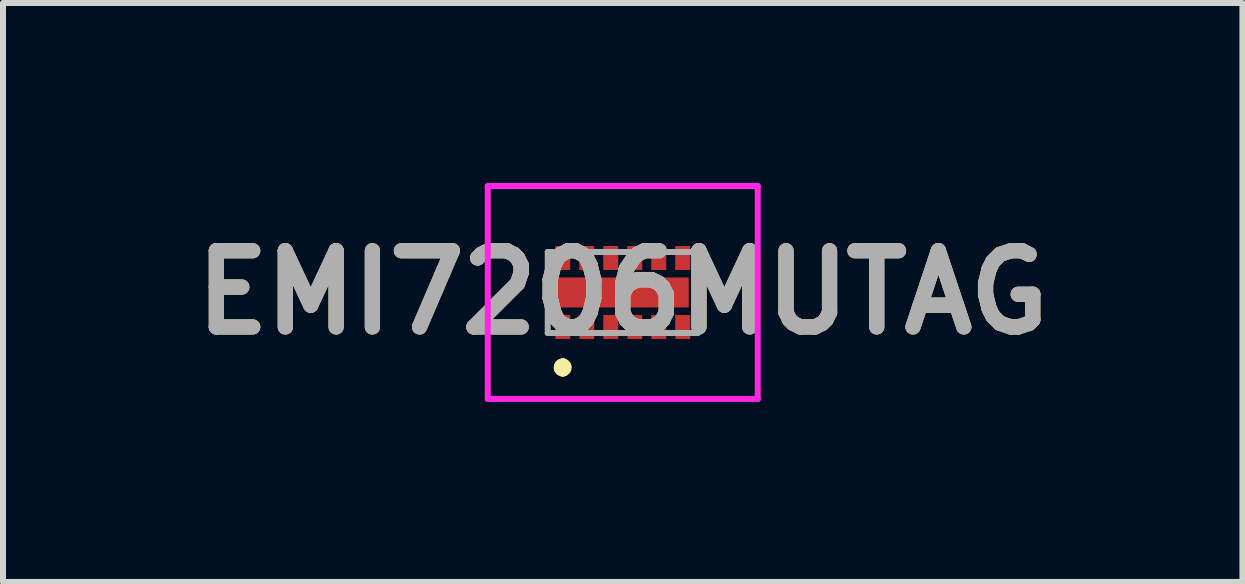
<source format=kicad_pcb>
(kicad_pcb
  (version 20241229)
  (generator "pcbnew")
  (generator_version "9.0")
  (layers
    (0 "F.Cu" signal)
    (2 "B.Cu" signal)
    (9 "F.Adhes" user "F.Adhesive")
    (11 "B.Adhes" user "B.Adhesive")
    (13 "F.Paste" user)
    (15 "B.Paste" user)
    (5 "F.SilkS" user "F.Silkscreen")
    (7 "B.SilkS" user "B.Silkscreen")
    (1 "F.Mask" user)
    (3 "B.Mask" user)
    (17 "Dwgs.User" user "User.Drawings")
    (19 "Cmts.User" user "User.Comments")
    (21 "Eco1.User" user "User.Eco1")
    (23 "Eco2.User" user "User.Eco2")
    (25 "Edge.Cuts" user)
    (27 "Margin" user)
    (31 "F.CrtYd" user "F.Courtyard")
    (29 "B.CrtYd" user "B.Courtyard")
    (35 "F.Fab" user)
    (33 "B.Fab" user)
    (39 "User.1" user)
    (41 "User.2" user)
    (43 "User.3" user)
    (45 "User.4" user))
  (footprint "EMI7206MUTAG"
    (layer "F.Cu")
    (at 7.33 1.825)
    (property "Reference" "EMI7206MUTAG" (at 0 0 0) (layer "F.SilkS") (effects (font (size 1.27 1.27) (thickness 0.254))))
    (attr smd)
    (fp_line (start -1 1.2) (end -1 1.2) (stroke (width 0.2) (type solid)) (layer "F.SilkS"))
    (fp_line (start -1 1.2) (end -1 1.2) (stroke (width 0.2) (type solid)) (layer "F.SilkS"))
    (fp_line (start -1 1.3) (end -1 1.3) (stroke (width 0.2) (type solid)) (layer "F.SilkS"))
    (fp_arc (start -1 1.2) (mid -0.95 1.25) (end -1 1.3) (stroke (width 0.2) (type solid)) (layer "F.SilkS"))
    (fp_arc (start -1 1.3) (mid -1.05 1.25) (end -1 1.2) (stroke (width 0.2) (type solid)) (layer "F.SilkS"))
    (fp_arc (start -1 1.3) (mid -1.05 1.25) (end -1 1.2) (stroke (width 0.2) (type solid)) (layer "F.SilkS"))
    (fp_line (start -2.25 -1.775) (end -2.25 1.775) (stroke (width 0.1) (type solid)) (layer "F.CrtYd"))
    (fp_line (start -2.25 1.775) (end 2.25 1.775) (stroke (width 0.1) (type solid)) (layer "F.CrtYd"))
    (fp_line (start 2.25 -1.775) (end -2.25 -1.775) (stroke (width 0.1) (type solid)) (layer "F.CrtYd"))
    (fp_line (start 2.25 1.775) (end 2.25 -1.775) (stroke (width 0.1) (type solid)) (layer "F.CrtYd"))
    (fp_line (start -1.25 -0.675) (end 1.25 -0.675) (stroke (width 0.1) (type solid)) (layer "F.Fab"))
    (fp_line (start -1.25 0.675) (end -1.25 -0.675) (stroke (width 0.1) (type solid)) (layer "F.Fab"))
    (fp_line (start 1.25 -0.675) (end 1.25 0.675) (stroke (width 0.1) (type solid)) (layer "F.Fab"))
    (fp_line (start 1.25 0.675) (end -1.25 0.675) (stroke (width 0.1) (type solid)) (layer "F.Fab"))
    (fp_text user "${REFERENCE}" (at 0 0 0) (layer "F.Fab") (effects (font (size 1.27 1.27) (thickness 0.254))))
    (pad "1" smd rect (at -1 0.575) (size 0.25 0.4) (layers "F.Cu" "F.Mask" "F.Paste"))
    (pad "2" smd rect (at -0.6 0.575) (size 0.25 0.4) (layers "F.Cu" "F.Mask" "F.Paste"))
    (pad "3" smd rect (at -0.2 0.575) (size 0.25 0.4) (layers "F.Cu" "F.Mask" "F.Paste"))
    (pad "4" smd rect (at 0.2 0.575) (size 0.25 0.4) (layers "F.Cu" "F.Mask" "F.Paste"))
    (pad "5" smd rect (at 0.6 0.575) (size 0.25 0.4) (layers "F.Cu" "F.Mask" "F.Paste"))
    (pad "6" smd rect (at 1 0.575) (size 0.25 0.4) (layers "F.Cu" "F.Mask" "F.Paste"))
    (pad "7" smd rect (at 1 -0.575) (size 0.25 0.4) (layers "F.Cu" "F.Mask" "F.Paste"))
    (pad "8" smd rect (at 0.6 -0.575) (size 0.25 0.4) (layers "F.Cu" "F.Mask" "F.Paste"))
    (pad "9" smd rect (at 0.2 -0.575) (size 0.25 0.4) (layers "F.Cu" "F.Mask" "F.Paste"))
    (pad "10" smd rect (at -0.2 -0.575) (size 0.25 0.4) (layers "F.Cu" "F.Mask" "F.Paste"))
    (pad "11" smd rect (at -0.6 -0.575) (size 0.25 0.4) (layers "F.Cu" "F.Mask" "F.Paste"))
    (pad "12" smd rect (at -1 -0.575) (size 0.25 0.4) (layers "F.Cu" "F.Mask" "F.Paste"))
    (pad "13" smd rect (at 0 0 90) (size 0.5 2.2) (layers "F.Cu" "F.Mask" "F.Paste")))
  (gr_rect
    (start -3 -3)
    (end 17.659 6.65)
    (stroke (width 0.1) (type default))
    (fill no)
    (layer "Edge.Cuts")))
</source>
